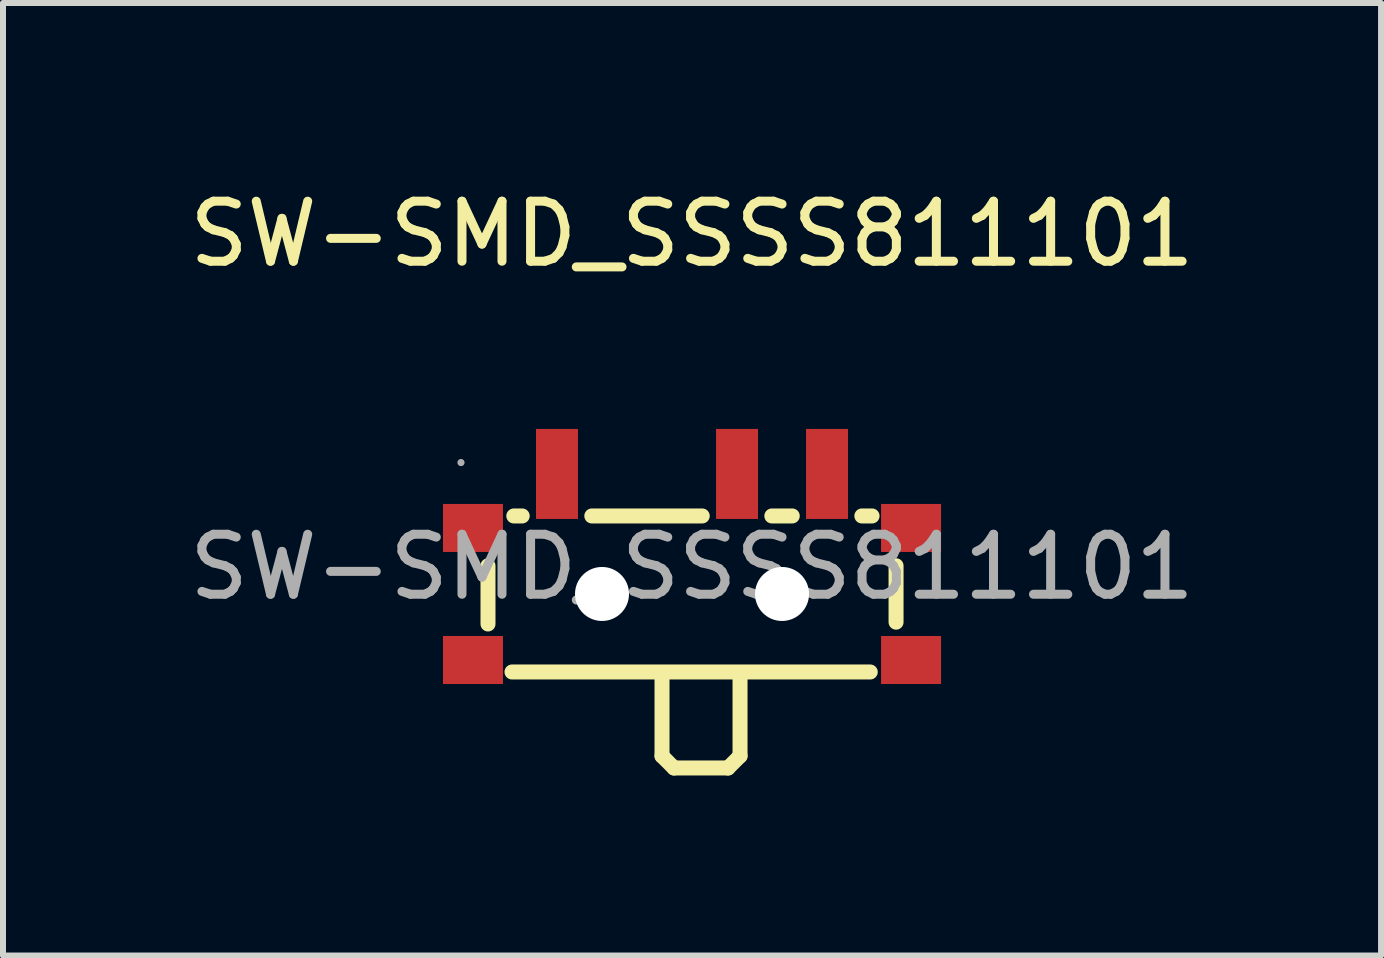
<source format=kicad_pcb>
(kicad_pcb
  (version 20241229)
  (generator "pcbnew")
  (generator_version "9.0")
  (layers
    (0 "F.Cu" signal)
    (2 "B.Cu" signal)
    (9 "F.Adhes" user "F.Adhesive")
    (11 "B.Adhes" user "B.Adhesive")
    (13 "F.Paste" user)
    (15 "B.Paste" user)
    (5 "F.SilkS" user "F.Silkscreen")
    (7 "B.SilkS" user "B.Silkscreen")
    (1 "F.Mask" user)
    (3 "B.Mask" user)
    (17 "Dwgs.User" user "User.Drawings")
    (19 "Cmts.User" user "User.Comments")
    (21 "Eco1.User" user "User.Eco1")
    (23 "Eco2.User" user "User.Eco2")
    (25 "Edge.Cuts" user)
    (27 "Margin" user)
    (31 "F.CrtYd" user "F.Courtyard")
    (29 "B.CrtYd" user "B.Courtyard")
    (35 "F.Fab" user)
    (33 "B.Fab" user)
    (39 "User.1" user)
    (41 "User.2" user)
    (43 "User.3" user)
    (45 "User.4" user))
  (footprint "SW-SMD_SSSS811101"
    (layer "F.Cu")
    (at 8.482 6.398)
    (property "Reference" "SW-SMD_SSSS811101" (at 0 -5.55 0) (layer "F.SilkS") (effects (font (size 1 1) (thickness 0.15))))
    (attr smd)
    (fp_line (start -3.4 0.95) (end -3.4 -0.02) (stroke (width 0.25) (type solid)) (layer "F.SilkS"))
    (fp_line (start -2.97 -0.85) (end -2.83 -0.85) (stroke (width 0.25) (type solid)) (layer "F.SilkS"))
    (fp_line (start -1.67 -0.85) (end 0.17 -0.85) (stroke (width 0.25) (type solid)) (layer "F.SilkS"))
    (fp_line (start -0.5 3.15) (end -0.5 1.85) (stroke (width 0.25) (type solid)) (layer "F.SilkS"))
    (fp_line (start -0.3 3.35) (end -0.5 3.15) (stroke (width 0.25) (type solid)) (layer "F.SilkS"))
    (fp_line (start -0.3 3.35) (end 0.6 3.35) (stroke (width 0.25) (type solid)) (layer "F.SilkS"))
    (fp_line (start 0.6 3.35) (end 0.8 3.15) (stroke (width 0.25) (type solid)) (layer "F.SilkS"))
    (fp_line (start 0.8 3.15) (end 0.8 1.85) (stroke (width 0.25) (type solid)) (layer "F.SilkS"))
    (fp_line (start 1.33 -0.85) (end 1.67 -0.85) (stroke (width 0.25) (type solid)) (layer "F.SilkS"))
    (fp_line (start 2.83 -0.85) (end 3 -0.85) (stroke (width 0.25) (type solid)) (layer "F.SilkS"))
    (fp_line (start 2.97 1.75) (end -3 1.75) (stroke (width 0.25) (type solid)) (layer "F.SilkS"))
    (fp_line (start 3.4 -0.02) (end 3.4 0.92) (stroke (width 0.25) (type solid)) (layer "F.SilkS"))
    (fp_circle (center -1.5 0.45) (end -1.3 0.45) (stroke (width 0.4) (type solid)) (fill no) (layer "Cmts.User"))
    (fp_circle (center 1.5 0.45) (end 1.7 0.45) (stroke (width 0.4) (type solid)) (fill no) (layer "Cmts.User"))
    (fp_circle (center -3.85 -1.74) (end -3.82 -1.74) (stroke (width 0.06) (type solid)) (fill no) (layer "F.Fab"))
    (fp_text user "${REFERENCE}" (at 0 0 0) (layer "F.Fab") (effects (font (size 1 1) (thickness 0.15))))
    (pad "" np_thru_hole circle (at -1.5 0.45) (size 0.9 0.9) (drill 0.9) (layers "*.Cu"))
    (pad "" np_thru_hole circle (at 1.5 0.45) (size 0.9 0.9) (drill 0.9) (layers "*.Cu"))
    (pad "1" smd rect (at -2.25 -1.55) (size 0.7 1.5) (layers "F.Cu" "F.Mask" "F.Paste"))
    (pad "2" smd rect (at 0.75 -1.55) (size 0.7 1.5) (layers "F.Cu" "F.Mask" "F.Paste"))
    (pad "3" smd rect (at 2.25 -1.55) (size 0.7 1.5) (layers "F.Cu" "F.Mask" "F.Paste"))
    (pad "4" smd rect (at -3.65 -0.65 90) (size 0.8 1) (layers "F.Cu" "F.Mask" "F.Paste"))
    (pad "5" smd rect (at 3.65 -0.65 90) (size 0.8 1) (layers "F.Cu" "F.Mask" "F.Paste"))
    (pad "6" smd rect (at 3.65 1.55 90) (size 0.8 1) (layers "F.Cu" "F.Mask" "F.Paste"))
    (pad "7" smd rect (at -3.65 1.55 90) (size 0.8 1) (layers "F.Cu" "F.Mask" "F.Paste")))
  (gr_rect
    (start -3 -3)
    (end 19.964 12.873)
    (stroke (width 0.1) (type default))
    (fill no)
    (layer "Edge.Cuts")))
</source>
